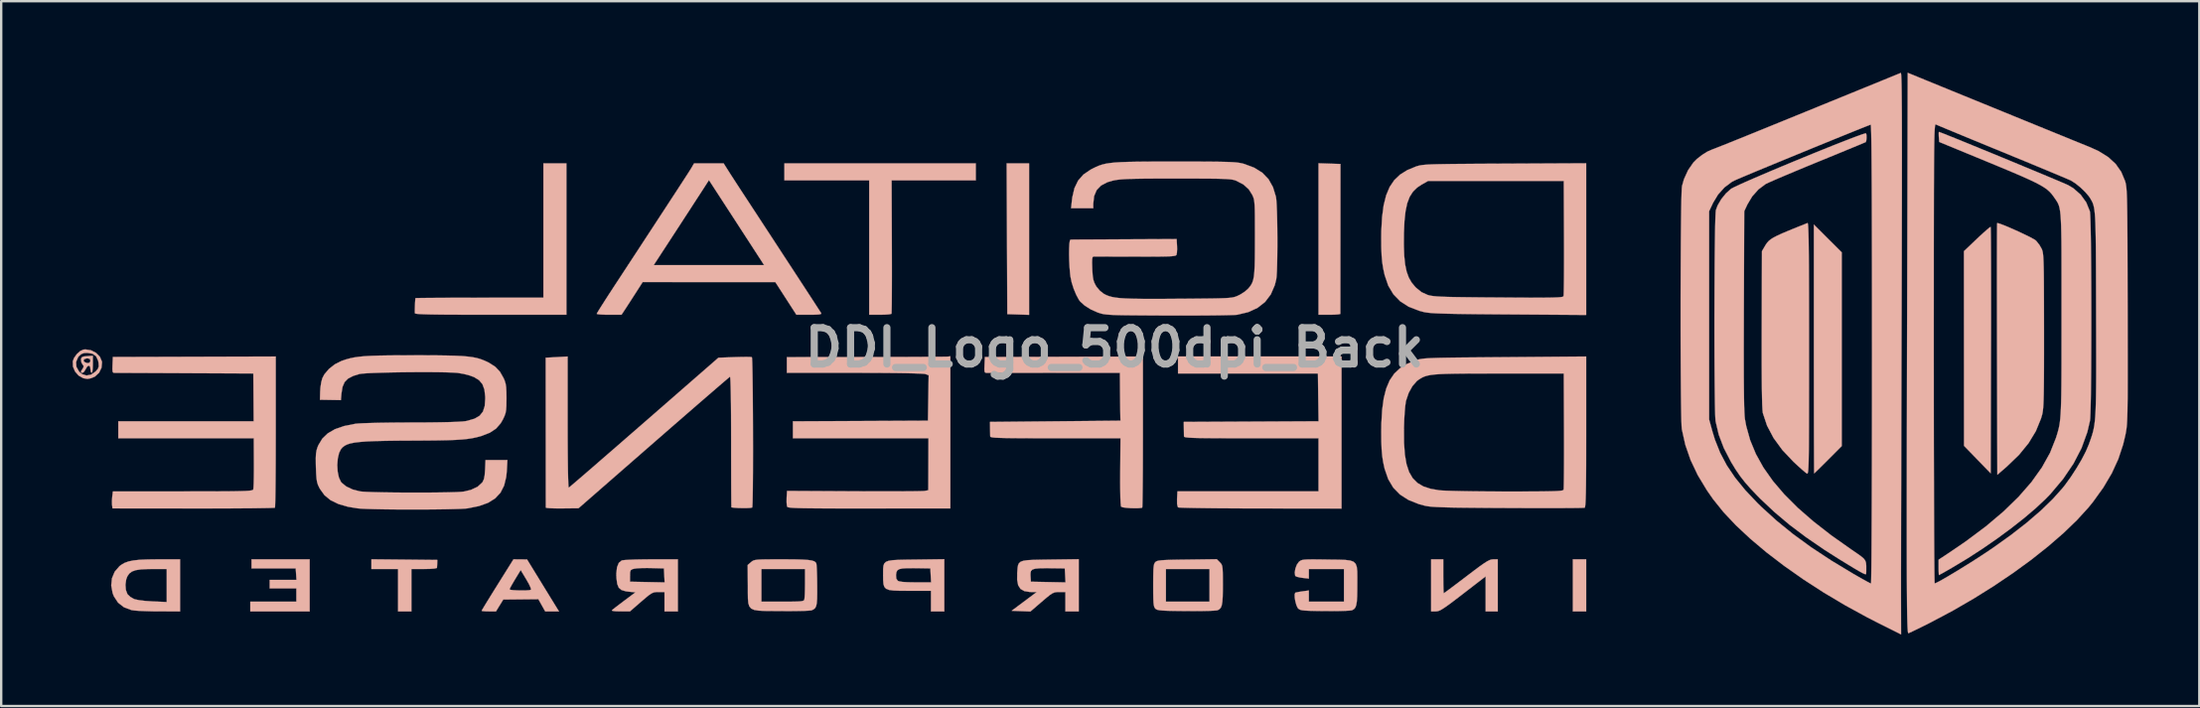
<source format=kicad_pcb>
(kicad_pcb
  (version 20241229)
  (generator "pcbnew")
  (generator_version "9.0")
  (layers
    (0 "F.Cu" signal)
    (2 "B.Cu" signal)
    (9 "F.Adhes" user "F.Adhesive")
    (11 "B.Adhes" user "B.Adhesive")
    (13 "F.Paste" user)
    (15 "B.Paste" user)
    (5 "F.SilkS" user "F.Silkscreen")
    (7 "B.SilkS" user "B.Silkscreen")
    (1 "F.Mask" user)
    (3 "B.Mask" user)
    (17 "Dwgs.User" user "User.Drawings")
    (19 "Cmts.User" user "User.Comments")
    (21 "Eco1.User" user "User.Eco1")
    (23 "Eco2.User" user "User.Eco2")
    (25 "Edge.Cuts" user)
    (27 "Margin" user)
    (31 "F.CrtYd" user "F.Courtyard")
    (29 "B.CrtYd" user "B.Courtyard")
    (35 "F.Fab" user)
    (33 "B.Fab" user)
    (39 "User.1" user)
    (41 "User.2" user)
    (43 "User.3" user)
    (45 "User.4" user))
  (footprint "DDI_Logo_500dpi_Back"
    (layer "F.Cu")
    (at 43.694 11.532)
    (property "Reference" "DDI_Logo_500dpi_Back" (at 0 0 0) (layer "F.Fab") (effects (font (size 1.524 1.524) (thickness 0.3))))
    (attr through_hole)
    (fp_poly (pts (xy -4.493 -1.403) (xy -3.58 -1.373) (xy -3.58 -7.727) (xy -4.52 -7.727) (xy -4.493 -1.403)) (stroke (width 0.01) (type solid)) (fill yes) (layer "B.SilkS"))
    (fp_poly (pts (xy 19.229 11.069) (xy 19.788 11.069) (xy 19.788 8.884) (xy 19.229 8.884) (xy 19.229 11.069)) (stroke (width 0.01) (type solid)) (fill yes) (layer "B.SilkS"))
    (fp_poly (pts (xy -36.194 9.265) (xy -34.34 9.265) (xy -34.324 9.507) (xy -34.309 9.748) (xy -35.432 9.748) (xy -35.432 10.104) (xy -34.314 10.104) (xy -34.314 10.662) (xy -36.245 10.662) (xy -36.245 11.069) (xy -33.755 11.069) (xy -33.755 8.884) (xy -36.194 8.884) (xy -36.194 9.265)) (stroke (width 0.01) (type solid)) (fill yes) (layer "B.SilkS"))
    (fp_poly (pts (xy -31.165 9.291) (xy -30.047 9.291) (xy -30.047 11.069) (xy -29.488 11.069) (xy -29.488 9.291) (xy -28.955 9.291) (xy -28.713 9.286) (xy -28.534 9.273) (xy -28.433 9.253) (xy -28.416 9.24) (xy -28.411 9.154) (xy -28.406 9.05) (xy -28.401 8.91) (xy -29.783 8.896) (xy -31.165 8.883) (xy -31.165 9.291)) (stroke (width 0.01) (type solid)) (fill yes) (layer "B.SilkS"))
    (fp_poly (pts (xy 8.561 -1.377) (xy 9.018 -1.377) (xy 9.22 -1.381) (xy 9.376 -1.392) (xy 9.464 -1.407) (xy 9.476 -1.415) (xy 9.476 -1.472) (xy 9.476 -1.621) (xy 9.476 -1.854) (xy 9.477 -2.162) (xy 9.477 -2.536) (xy 9.478 -2.968) (xy 9.478 -3.449) (xy 9.478 -3.97) (xy 9.479 -4.521) (xy 9.479 -4.578) (xy 9.481 -7.702) (xy 9.021 -7.716) (xy 8.561 -7.731) (xy 8.561 -1.377)) (stroke (width 0.01) (type solid)) (fill yes) (layer "B.SilkS"))
    (fp_poly (pts (xy -13.842 -7.016) (xy -10.286 -7.016) (xy -10.286 -1.377) (xy -9.832 -1.377) (xy -9.627 -1.382) (xy -9.464 -1.393) (xy -9.367 -1.411) (xy -9.351 -1.419) (xy -9.347 -1.477) (xy -9.343 -1.626) (xy -9.339 -1.859) (xy -9.337 -2.165) (xy -9.335 -2.534) (xy -9.334 -2.959) (xy -9.334 -3.429) (xy -9.335 -3.935) (xy -9.336 -4.239) (xy -9.346 -7.016) (xy -5.815 -7.016) (xy -5.815 -7.727) (xy -13.842 -7.727) (xy -13.842 -7.016)) (stroke (width 0.01) (type solid)) (fill yes) (layer "B.SilkS"))
    (fp_poly (pts (xy 29.338 0.059) (xy 29.338 0.778) (xy 29.339 1.467) (xy 29.339 2.121) (xy 29.34 2.731) (xy 29.341 3.293) (xy 29.342 3.798) (xy 29.344 4.24) (xy 29.345 4.613) (xy 29.347 4.91) (xy 29.348 5.124) (xy 29.35 5.247) (xy 29.352 5.278) (xy 29.39 5.244) (xy 29.488 5.149) (xy 29.632 5.008) (xy 29.811 4.83) (xy 29.936 4.705) (xy 30.507 4.133) (xy 30.507 -3.995) (xy 29.922 -4.578) (xy 29.338 -5.16) (xy 29.338 0.059)) (stroke (width 0.01) (type solid)) (fill yes) (layer "B.SilkS"))
    (fp_poly (pts (xy 36.707 -5.036) (xy 36.602 -4.95) (xy 36.452 -4.817) (xy 36.269 -4.649) (xy 36.177 -4.562) (xy 35.632 -4.044) (xy 35.634 0.039) (xy 35.636 4.122) (xy 36.195 4.699) (xy 36.754 5.276) (xy 36.767 0.116) (xy 36.769 -0.599) (xy 36.77 -1.285) (xy 36.77 -1.936) (xy 36.77 -2.543) (xy 36.769 -3.102) (xy 36.768 -3.604) (xy 36.766 -4.043) (xy 36.764 -4.413) (xy 36.761 -4.706) (xy 36.758 -4.916) (xy 36.754 -5.036) (xy 36.751 -5.062) (xy 36.707 -5.036)) (stroke (width 0.01) (type solid)) (fill yes) (layer "B.SilkS"))
    (fp_poly (pts (xy -23.951 -2.093) (xy -26.626 -2.091) (xy -27.137 -2.09) (xy -27.617 -2.089) (xy -28.056 -2.088) (xy -28.444 -2.086) (xy -28.773 -2.084) (xy -29.032 -2.081) (xy -29.212 -2.079) (xy -29.305 -2.076) (xy -29.315 -2.075) (xy -29.324 -2.022) (xy -29.333 -1.901) (xy -29.34 -1.746) (xy -29.344 -1.593) (xy -29.344 -1.473) (xy -29.342 -1.441) (xy -29.321 -1.427) (xy -29.257 -1.416) (xy -29.143 -1.406) (xy -28.973 -1.398) (xy -28.742 -1.391) (xy -28.442 -1.386) (xy -28.068 -1.382) (xy -27.613 -1.38) (xy -27.072 -1.378) (xy -26.438 -1.377) (xy -26.161 -1.377) (xy -22.986 -1.377) (xy -22.986 -7.727) (xy -23.951 -7.727) (xy -23.951 -2.093)) (stroke (width 0.01) (type solid)) (fill yes) (layer "B.SilkS"))
    (fp_poly (pts (xy 13.285 11.069) (xy 13.476 11.069) (xy 13.546 11.063) (xy 13.623 11.039) (xy 13.72 10.991) (xy 13.847 10.91) (xy 14.017 10.791) (xy 14.24 10.624) (xy 14.529 10.404) (xy 14.619 10.334) (xy 15.571 9.6) (xy 15.571 11.069) (xy 16.079 11.069) (xy 16.079 8.884) (xy 15.889 8.884) (xy 15.818 8.891) (xy 15.739 8.915) (xy 15.64 8.965) (xy 15.51 9.047) (xy 15.335 9.169) (xy 15.106 9.339) (xy 14.811 9.563) (xy 14.768 9.596) (xy 14.502 9.798) (xy 14.264 9.978) (xy 14.065 10.127) (xy 13.917 10.236) (xy 13.831 10.297) (xy 13.815 10.307) (xy 13.807 10.259) (xy 13.801 10.128) (xy 13.796 9.931) (xy 13.794 9.688) (xy 13.793 9.596) (xy 13.793 8.884) (xy 13.285 8.884) (xy 13.285 11.069)) (stroke (width 0.01) (type solid)) (fill yes) (layer "B.SilkS"))
    (fp_poly (pts (xy -43.09 0.36) (xy -43.239 0.376) (xy -43.315 0.41) (xy -43.345 0.475) (xy -43.348 0.494) (xy -43.329 0.626) (xy -43.285 0.701) (xy -43.233 0.779) (xy -43.255 0.854) (xy -43.279 0.887) (xy -43.346 0.997) (xy -43.335 1.052) (xy -43.287 1.061) (xy -43.221 1.019) (xy -43.156 0.916) (xy -43.153 0.909) (xy -43.09 0.804) (xy -43.024 0.757) (xy -43.02 0.756) (xy -42.966 0.802) (xy -42.95 0.909) (xy -42.935 1.016) (xy -42.9 1.061) (xy -42.899 1.061) (xy -42.873 1.014) (xy -42.855 0.888) (xy -42.849 0.705) (xy -42.849 0.553) (xy -42.95 0.553) (xy -42.988 0.634) (xy -43.083 0.653) (xy -43.198 0.609) (xy -43.243 0.545) (xy -43.206 0.486) (xy -43.104 0.453) (xy -43.074 0.452) (xy -42.976 0.477) (xy -42.95 0.553) (xy -42.849 0.553) (xy -42.849 0.344) (xy -43.09 0.36)) (stroke (width 0.01) (type solid)) (fill yes) (layer "B.SilkS"))
    (fp_poly (pts (xy -25.874 9.951) (xy -26.058 10.246) (xy -26.222 10.511) (xy -26.36 10.735) (xy -26.464 10.907) (xy -26.526 11.013) (xy -26.542 11.044) (xy -26.496 11.057) (xy -26.376 11.066) (xy -26.241 11.069) (xy -25.941 11.069) (xy -25.788 10.82) (xy -25.634 10.571) (xy -24.162 10.557) (xy -24.019 10.813) (xy -23.875 11.069) (xy -23.298 11.069) (xy -23.862 10.152) (xy -24.47 10.152) (xy -24.476 10.163) (xy -24.548 10.179) (xy -24.685 10.188) (xy -24.859 10.19) (xy -25.043 10.187) (xy -25.208 10.178) (xy -25.328 10.164) (xy -25.373 10.145) (xy -25.349 10.088) (xy -25.282 9.965) (xy -25.187 9.801) (xy -25.139 9.721) (xy -24.904 9.335) (xy -24.665 9.732) (xy -24.556 9.924) (xy -24.489 10.069) (xy -24.47 10.152) (xy -23.862 10.152) (xy -24.637 8.889) (xy -24.922 8.887) (xy -25.207 8.884) (xy -25.874 9.951)) (stroke (width 0.01) (type solid)) (fill yes) (layer "B.SilkS"))
    (fp_poly (pts (xy -43.242 0.085) (xy -43.381 0.148) (xy -43.522 0.275) (xy -43.636 0.433) (xy -43.689 0.572) (xy -43.684 0.796) (xy -43.596 1.004) (xy -43.446 1.175) (xy -43.251 1.285) (xy -43.077 1.315) (xy -42.93 1.288) (xy -42.773 1.222) (xy -42.757 1.212) (xy -42.589 1.056) (xy -42.487 0.848) (xy -42.481 0.79) (xy -42.602 0.79) (xy -42.638 0.894) (xy -42.737 1.008) (xy -42.922 1.136) (xy -43.117 1.172) (xy -43.302 1.115) (xy -43.428 1.007) (xy -43.539 0.809) (xy -43.553 0.604) (xy -43.47 0.408) (xy -43.437 0.366) (xy -43.335 0.272) (xy -43.217 0.23) (xy -43.083 0.223) (xy -42.864 0.258) (xy -42.714 0.365) (xy -42.627 0.551) (xy -42.61 0.645) (xy -42.602 0.79) (xy -42.481 0.79) (xy -42.465 0.621) (xy -42.471 0.581) (xy -42.556 0.382) (xy -42.715 0.222) (xy -42.923 0.115) (xy -43.156 0.078) (xy -43.242 0.085)) (stroke (width 0.01) (type solid)) (fill yes) (layer "B.SilkS"))
    (fp_poly (pts (xy 2.668 0.731) (xy 2.668 1.087) (xy 8.536 1.087) (xy 8.549 2.089) (xy 8.563 3.092) (xy 2.909 3.119) (xy 2.912 3.385) (xy 2.915 3.553) (xy 2.917 3.685) (xy 2.919 3.728) (xy 2.929 3.745) (xy 2.964 3.759) (xy 3.03 3.77) (xy 3.136 3.78) (xy 3.288 3.788) (xy 3.495 3.794) (xy 3.765 3.798) (xy 4.104 3.801) (xy 4.52 3.803) (xy 5.021 3.804) (xy 5.615 3.804) (xy 5.742 3.804) (xy 8.561 3.804) (xy 8.561 6.035) (xy 2.643 6.034) (xy 2.627 6.35) (xy 2.628 6.56) (xy 2.654 6.678) (xy 2.677 6.706) (xy 2.738 6.712) (xy 2.892 6.719) (xy 3.13 6.725) (xy 3.444 6.731) (xy 3.826 6.736) (xy 4.266 6.741) (xy 4.757 6.744) (xy 5.29 6.747) (xy 5.857 6.749) (xy 6.134 6.749) (xy 9.526 6.753) (xy 9.526 3.564) (xy 9.526 0.375) (xy 2.668 0.375) (xy 2.668 0.731)) (stroke (width 0.01) (type solid)) (fill yes) (layer "B.SilkS"))
    (fp_poly (pts (xy -8.328 8.894) (xy -8.737 8.899) (xy -9.056 8.906) (xy -9.296 8.92) (xy -9.468 8.946) (xy -9.583 8.99) (xy -9.653 9.058) (xy -9.688 9.153) (xy -9.701 9.283) (xy -9.702 9.452) (xy -9.702 9.551) (xy -9.7 9.764) (xy -9.687 9.924) (xy -9.65 10.04) (xy -9.577 10.119) (xy -9.454 10.168) (xy -9.271 10.193) (xy -9.014 10.203) (xy -8.67 10.205) (xy -8.578 10.205) (xy -7.695 10.205) (xy -7.695 11.069) (xy -7.136 11.069) (xy -7.136 9.85) (xy -7.69 9.85) (xy -8.343 9.85) (xy -8.665 9.845) (xy -8.894 9.831) (xy -9.036 9.806) (xy -9.086 9.784) (xy -9.149 9.697) (xy -9.161 9.551) (xy -9.159 9.521) (xy -9.142 9.418) (xy -9.102 9.345) (xy -9.024 9.296) (xy -8.893 9.268) (xy -8.695 9.256) (xy -8.415 9.255) (xy -8.289 9.256) (xy -7.72 9.265) (xy -7.705 9.557) (xy -7.69 9.85) (xy -7.136 9.85) (xy -7.136 8.879) (xy -8.328 8.894)) (stroke (width 0.01) (type solid)) (fill yes) (layer "B.SilkS"))
    (fp_poly (pts (xy -40.544 8.889) (xy -40.88 8.903) (xy -41.145 8.931) (xy -41.354 8.974) (xy -41.521 9.035) (xy -41.662 9.118) (xy -41.736 9.176) (xy -41.933 9.404) (xy -42.048 9.679) (xy -42.078 9.983) (xy -42.02 10.3) (xy -41.963 10.443) (xy -41.789 10.706) (xy -41.545 10.895) (xy -41.23 11.013) (xy -41.223 11.014) (xy -41.097 11.032) (xy -40.891 11.047) (xy -40.627 11.058) (xy -40.328 11.066) (xy -40.093 11.068) (xy -39.191 11.069) (xy -39.191 9.291) (xy -39.75 9.291) (xy -39.75 10.676) (xy -40.347 10.65) (xy -40.653 10.629) (xy -40.906 10.599) (xy -41.087 10.561) (xy -41.131 10.545) (xy -41.276 10.461) (xy -41.39 10.354) (xy -41.401 10.339) (xy -41.465 10.167) (xy -41.482 9.949) (xy -41.451 9.728) (xy -41.402 9.597) (xy -41.321 9.48) (xy -41.209 9.396) (xy -41.05 9.339) (xy -40.828 9.306) (xy -40.528 9.292) (xy -40.361 9.291) (xy -39.75 9.291) (xy -39.191 9.291) (xy -39.191 8.884) (xy -40.122 8.884) (xy -40.544 8.889)) (stroke (width 0.01) (type solid)) (fill yes) (layer "B.SilkS"))
    (fp_poly (pts (xy -2.689 8.894) (xy -3.094 8.9) (xy -3.409 8.907) (xy -3.645 8.92) (xy -3.815 8.944) (xy -3.93 8.984) (xy -4.001 9.043) (xy -4.041 9.127) (xy -4.061 9.239) (xy -4.072 9.385) (xy -4.076 9.432) (xy -4.08 9.743) (xy -4.037 9.972) (xy -3.939 10.126) (xy -3.779 10.217) (xy -3.549 10.254) (xy -3.462 10.256) (xy -3.257 10.256) (xy -4.311 11.043) (xy -3.918 11.058) (xy -3.524 11.073) (xy -3.049 10.665) (xy -2.849 10.494) (xy -2.704 10.378) (xy -2.597 10.308) (xy -2.506 10.272) (xy -2.412 10.258) (xy -2.315 10.256) (xy -2.056 10.256) (xy -2.056 11.069) (xy -1.497 11.069) (xy -1.497 9.852) (xy -2.051 9.852) (xy -2.778 9.838) (xy -3.504 9.824) (xy -3.519 9.583) (xy -3.521 9.46) (xy -3.499 9.372) (xy -3.439 9.313) (xy -3.328 9.278) (xy -3.151 9.261) (xy -2.895 9.257) (xy -2.69 9.258) (xy -2.082 9.265) (xy -2.066 9.559) (xy -2.051 9.852) (xy -1.497 9.852) (xy -1.497 8.879) (xy -2.689 8.894)) (stroke (width 0.01) (type solid)) (fill yes) (layer "B.SilkS"))
    (fp_poly (pts (xy -19.76 8.887) (xy -20.066 8.892) (xy -20.326 8.902) (xy -20.525 8.913) (xy -20.645 8.927) (xy -20.666 8.932) (xy -20.787 9.031) (xy -20.863 9.216) (xy -20.892 9.479) (xy -20.886 9.679) (xy -20.854 9.919) (xy -20.789 10.077) (xy -20.674 10.173) (xy -20.492 10.226) (xy -20.379 10.24) (xy -20.091 10.27) (xy -20.561 10.621) (xy -20.751 10.765) (xy -20.914 10.889) (xy -21.029 10.98) (xy -21.078 11.021) (xy -21.058 11.046) (xy -20.945 11.062) (xy -20.747 11.068) (xy -20.723 11.068) (xy -20.319 11.067) (xy -19.852 10.661) (xy -19.653 10.491) (xy -19.511 10.376) (xy -19.404 10.307) (xy -19.314 10.271) (xy -19.22 10.258) (xy -19.128 10.256) (xy -18.871 10.256) (xy -18.871 11.069) (xy -18.312 11.069) (xy -18.312 9.852) (xy -18.866 9.852) (xy -19.592 9.838) (xy -20.319 9.824) (xy -20.319 9.573) (xy -20.314 9.423) (xy -20.289 9.342) (xy -20.226 9.301) (xy -20.153 9.28) (xy -20.032 9.263) (xy -19.841 9.252) (xy -19.608 9.249) (xy -19.442 9.251) (xy -18.896 9.265) (xy -18.881 9.559) (xy -18.866 9.852) (xy -18.312 9.852) (xy -18.312 8.884) (xy -19.426 8.884) (xy -19.76 8.887)) (stroke (width 0.01) (type solid)) (fill yes) (layer "B.SilkS"))
    (fp_poly (pts (xy 37.026 -5.221) (xy 37.024 -5.169) (xy 37.022 -5.022) (xy 37.02 -4.787) (xy 37.019 -4.47) (xy 37.018 -4.079) (xy 37.017 -3.619) (xy 37.017 -3.098) (xy 37.017 -2.523) (xy 37.018 -1.899) (xy 37.019 -1.235) (xy 37.02 -0.535) (xy 37.021 0.067) (xy 37.034 5.337) (xy 37.441 4.984) (xy 37.94 4.504) (xy 38.342 4.012) (xy 38.649 3.506) (xy 38.865 2.979) (xy 38.914 2.811) (xy 38.93 2.737) (xy 38.944 2.645) (xy 38.956 2.526) (xy 38.966 2.374) (xy 38.974 2.179) (xy 38.98 1.934) (xy 38.984 1.632) (xy 38.988 1.264) (xy 38.99 0.823) (xy 38.991 0.3) (xy 38.991 -0.312) (xy 38.991 -0.712) (xy 38.99 -1.366) (xy 38.989 -1.927) (xy 38.987 -2.401) (xy 38.985 -2.798) (xy 38.982 -3.124) (xy 38.977 -3.388) (xy 38.971 -3.597) (xy 38.963 -3.76) (xy 38.954 -3.884) (xy 38.942 -3.976) (xy 38.928 -4.046) (xy 38.911 -4.1) (xy 38.894 -4.141) (xy 38.797 -4.31) (xy 38.675 -4.464) (xy 38.649 -4.491) (xy 38.568 -4.545) (xy 38.42 -4.626) (xy 38.223 -4.724) (xy 37.997 -4.831) (xy 37.758 -4.94) (xy 37.526 -5.042) (xy 37.318 -5.128) (xy 37.154 -5.191) (xy 37.051 -5.221) (xy 37.026 -5.221)) (stroke (width 0.01) (type solid)) (fill yes) (layer "B.SilkS"))
    (fp_poly (pts (xy 3.051 8.895) (xy 2.659 8.9) (xy 2.357 8.906) (xy 2.13 8.914) (xy 1.968 8.925) (xy 1.857 8.939) (xy 1.784 8.958) (xy 1.738 8.983) (xy 1.717 9.001) (xy 1.684 9.044) (xy 1.66 9.108) (xy 1.644 9.208) (xy 1.634 9.359) (xy 1.629 9.577) (xy 1.627 9.876) (xy 1.627 9.977) (xy 1.628 10.302) (xy 1.632 10.541) (xy 1.64 10.709) (xy 1.655 10.822) (xy 1.677 10.894) (xy 1.707 10.942) (xy 1.717 10.953) (xy 1.755 10.982) (xy 1.811 11.004) (xy 1.899 11.021) (xy 2.03 11.033) (xy 2.219 11.042) (xy 2.478 11.048) (xy 2.819 11.052) (xy 3.013 11.054) (xy 3.358 11.055) (xy 3.675 11.053) (xy 3.946 11.047) (xy 4.157 11.038) (xy 4.291 11.027) (xy 4.329 11.019) (xy 4.406 10.976) (xy 4.463 10.912) (xy 4.502 10.811) (xy 4.528 10.659) (xy 4.542 10.442) (xy 4.547 10.146) (xy 4.548 9.952) (xy 4.547 9.647) (xy 4.544 9.426) (xy 4.537 9.291) (xy 3.989 9.291) (xy 3.989 10.662) (xy 2.16 10.662) (xy 2.16 9.291) (xy 3.989 9.291) (xy 4.537 9.291) (xy 4.536 9.272) (xy 4.521 9.17) (xy 4.497 9.101) (xy 4.461 9.049) (xy 4.421 9.007) (xy 4.293 8.879) (xy 3.051 8.895)) (stroke (width 0.01) (type solid)) (fill yes) (layer "B.SilkS"))
    (fp_poly (pts (xy -6.997 0.38) (xy -7.066 0.382) (xy -7.228 0.384) (xy -7.475 0.386) (xy -7.796 0.388) (xy -8.184 0.39) (xy -8.629 0.392) (xy -9.123 0.394) (xy -9.657 0.395) (xy -10.222 0.396) (xy -10.425 0.397) (xy -13.74 0.401) (xy -13.74 1.061) (xy -10.899 1.061) (xy -10.256 1.062) (xy -9.68 1.065) (xy -9.176 1.069) (xy -8.75 1.075) (xy -8.407 1.083) (xy -8.151 1.092) (xy -7.987 1.102) (xy -7.924 1.112) (xy -7.791 1.163) (xy -7.806 2.115) (xy -7.822 3.068) (xy -10.654 3.081) (xy -13.486 3.094) (xy -13.486 3.804) (xy -7.799 3.804) (xy -7.803 4.895) (xy -7.807 5.986) (xy -7.967 6.015) (xy -8.047 6.02) (xy -8.218 6.024) (xy -8.472 6.028) (xy -8.797 6.03) (xy -9.185 6.032) (xy -9.625 6.032) (xy -10.107 6.032) (xy -10.622 6.03) (xy -10.93 6.029) (xy -13.732 6.014) (xy -13.749 6.31) (xy -13.751 6.484) (xy -13.74 6.622) (xy -13.725 6.679) (xy -13.705 6.694) (xy -13.658 6.706) (xy -13.578 6.717) (xy -13.457 6.726) (xy -13.289 6.733) (xy -13.066 6.739) (xy -12.783 6.743) (xy -12.431 6.746) (xy -12.005 6.749) (xy -11.497 6.75) (xy -10.9 6.75) (xy -10.283 6.75) (xy -6.882 6.748) (xy -6.882 0.367) (xy -6.997 0.38)) (stroke (width 0.01) (type solid)) (fill yes) (layer "B.SilkS"))
    (fp_poly (pts (xy 28.64 -5.052) (xy 28.292 -4.91) (xy 28.018 -4.795) (xy 27.806 -4.698) (xy 27.646 -4.616) (xy 27.528 -4.541) (xy 27.44 -4.468) (xy 27.372 -4.391) (xy 27.313 -4.305) (xy 27.279 -4.247) (xy 27.16 -4.044) (xy 27.151 -0.768) (xy 27.15 0.002) (xy 27.15 0.673) (xy 27.153 1.246) (xy 27.157 1.725) (xy 27.164 2.11) (xy 27.172 2.405) (xy 27.183 2.612) (xy 27.195 2.732) (xy 27.198 2.747) (xy 27.374 3.275) (xy 27.648 3.794) (xy 28.019 4.301) (xy 28.483 4.792) (xy 28.486 4.794) (xy 28.672 4.967) (xy 28.838 5.116) (xy 28.967 5.226) (xy 29.042 5.282) (xy 29.044 5.283) (xy 29.059 5.288) (xy 29.072 5.281) (xy 29.083 5.257) (xy 29.093 5.21) (xy 29.102 5.135) (xy 29.109 5.026) (xy 29.115 4.878) (xy 29.12 4.684) (xy 29.124 4.438) (xy 29.128 4.136) (xy 29.13 3.772) (xy 29.132 3.34) (xy 29.133 2.833) (xy 29.134 2.248) (xy 29.135 1.577) (xy 29.135 0.816) (xy 29.135 0.042) (xy 29.135 -0.837) (xy 29.134 -1.618) (xy 29.133 -2.308) (xy 29.131 -2.91) (xy 29.129 -3.43) (xy 29.125 -3.873) (xy 29.121 -4.244) (xy 29.117 -4.547) (xy 29.111 -4.788) (xy 29.104 -4.97) (xy 29.097 -5.1) (xy 29.088 -5.181) (xy 29.078 -5.219) (xy 29.072 -5.224) (xy 28.64 -5.052)) (stroke (width 0.01) (type solid)) (fill yes) (layer "B.SilkS"))
    (fp_poly (pts (xy 8.11 8.89) (xy 7.973 8.897) (xy 7.881 8.911) (xy 7.818 8.933) (xy 7.77 8.963) (xy 7.732 8.996) (xy 7.65 9.113) (xy 7.59 9.275) (xy 7.564 9.439) (xy 7.581 9.567) (xy 7.59 9.584) (xy 7.655 9.616) (xy 7.786 9.647) (xy 7.888 9.662) (xy 8.155 9.692) (xy 8.155 9.291) (xy 9.628 9.291) (xy 9.628 10.662) (xy 8.155 10.662) (xy 8.155 10.192) (xy 7.891 10.227) (xy 7.734 10.252) (xy 7.619 10.276) (xy 7.586 10.287) (xy 7.56 10.356) (xy 7.563 10.486) (xy 7.589 10.645) (xy 7.631 10.799) (xy 7.684 10.916) (xy 7.704 10.942) (xy 7.744 10.976) (xy 7.797 11.002) (xy 7.877 11.021) (xy 8 11.034) (xy 8.178 11.043) (xy 8.427 11.049) (xy 8.761 11.054) (xy 8.829 11.054) (xy 9.149 11.055) (xy 9.439 11.052) (xy 9.682 11.045) (xy 9.862 11.035) (xy 9.96 11.022) (xy 9.967 11.019) (xy 10.045 10.976) (xy 10.102 10.911) (xy 10.141 10.809) (xy 10.167 10.656) (xy 10.181 10.438) (xy 10.186 10.14) (xy 10.187 9.96) (xy 10.188 9.636) (xy 10.185 9.386) (xy 10.165 9.201) (xy 10.117 9.071) (xy 10.029 8.985) (xy 9.889 8.935) (xy 9.687 8.91) (xy 9.409 8.9) (xy 9.046 8.896) (xy 8.927 8.894) (xy 8.572 8.889) (xy 8.305 8.887) (xy 8.11 8.89)) (stroke (width 0.01) (type solid)) (fill yes) (layer "B.SilkS"))
    (fp_poly (pts (xy -14.317 8.885) (xy -14.602 8.886) (xy -14.812 8.891) (xy -14.963 8.899) (xy -15.067 8.913) (xy -15.138 8.932) (xy -15.19 8.96) (xy -15.237 8.997) (xy -15.245 9.004) (xy -15.383 9.123) (xy -15.376 9.978) (xy -15.376 10.294) (xy -15.372 10.54) (xy -15.355 10.726) (xy -15.312 10.86) (xy -15.233 10.951) (xy -15.107 11.007) (xy -14.922 11.037) (xy -14.667 11.049) (xy -14.331 11.052) (xy -13.98 11.054) (xy -13.639 11.056) (xy -13.327 11.053) (xy -13.061 11.048) (xy -12.856 11.039) (xy -12.728 11.029) (xy -12.697 11.022) (xy -12.614 10.981) (xy -12.553 10.928) (xy -12.511 10.847) (xy -12.485 10.724) (xy -12.471 10.544) (xy -12.467 10.291) (xy -12.468 9.979) (xy -12.471 9.692) (xy -12.478 9.437) (xy -12.484 9.291) (xy -12.978 9.291) (xy -12.978 9.896) (xy -12.981 10.14) (xy -12.987 10.352) (xy -12.997 10.507) (xy -13.009 10.582) (xy -13.033 10.612) (xy -13.087 10.633) (xy -13.185 10.648) (xy -13.342 10.656) (xy -13.572 10.661) (xy -13.887 10.662) (xy -13.923 10.662) (xy -14.807 10.662) (xy -14.807 9.291) (xy -12.978 9.291) (xy -12.484 9.291) (xy -12.487 9.234) (xy -12.497 9.1) (xy -12.504 9.058) (xy -12.537 9.005) (xy -12.598 8.964) (xy -12.699 8.933) (xy -12.85 8.911) (xy -13.064 8.897) (xy -13.351 8.888) (xy -13.722 8.885) (xy -13.944 8.884) (xy -14.317 8.885)) (stroke (width 0.01) (type solid)) (fill yes) (layer "B.SilkS"))
    (fp_poly (pts (xy -5.434 0.397) (xy -5.449 0.729) (xy -5.455 0.907) (xy -5.448 1.007) (xy -5.42 1.051) (xy -5.364 1.062) (xy -5.348 1.062) (xy -5.276 1.062) (xy -5.112 1.062) (xy -4.867 1.062) (xy -4.549 1.062) (xy -4.169 1.062) (xy -3.736 1.062) (xy -3.261 1.062) (xy -2.752 1.061) (xy -2.501 1.061) (xy 0.23 1.06) (xy 0.237 1.937) (xy 0.24 2.234) (xy 0.243 2.504) (xy 0.246 2.726) (xy 0.249 2.881) (xy 0.25 2.941) (xy 0.255 3.068) (xy -5.219 3.119) (xy -5.216 3.385) (xy -5.213 3.553) (xy -5.211 3.685) (xy -5.209 3.728) (xy -5.199 3.745) (xy -5.164 3.759) (xy -5.097 3.771) (xy -4.991 3.781) (xy -4.836 3.788) (xy -4.627 3.794) (xy -4.355 3.798) (xy -4.012 3.801) (xy -3.59 3.803) (xy -3.083 3.804) (xy -2.482 3.804) (xy -2.475 3.804) (xy 0.255 3.804) (xy 0.244 5.211) (xy 0.242 5.634) (xy 0.245 5.997) (xy 0.25 6.293) (xy 0.26 6.51) (xy 0.272 6.641) (xy 0.282 6.676) (xy 0.35 6.702) (xy 0.49 6.722) (xy 0.669 6.736) (xy 0.857 6.741) (xy 1.023 6.738) (xy 1.137 6.725) (xy 1.166 6.713) (xy 1.171 6.658) (xy 1.176 6.51) (xy 1.18 6.279) (xy 1.184 5.972) (xy 1.188 5.598) (xy 1.191 5.166) (xy 1.193 4.686) (xy 1.194 4.165) (xy 1.195 3.612) (xy 1.195 3.529) (xy 1.195 0.375) (xy -5.434 0.397)) (stroke (width 0.01) (type solid)) (fill yes) (layer "B.SilkS"))
    (fp_poly (pts (xy -38.594 0.385) (xy -42.01 0.395) (xy -42.025 0.728) (xy -42.03 0.908) (xy -42.021 1.009) (xy -41.993 1.053) (xy -41.949 1.061) (xy -41.883 1.062) (xy -41.724 1.062) (xy -41.483 1.063) (xy -41.168 1.065) (xy -40.789 1.066) (xy -40.356 1.068) (xy -39.878 1.07) (xy -39.365 1.072) (xy -38.988 1.074) (xy -36.118 1.087) (xy -36.104 3.093) (xy -41.782 3.093) (xy -41.782 3.804) (xy -36.099 3.804) (xy -36.094 4.838) (xy -36.094 5.156) (xy -36.097 5.443) (xy -36.102 5.681) (xy -36.11 5.854) (xy -36.119 5.946) (xy -36.121 5.953) (xy -36.135 5.971) (xy -36.168 5.985) (xy -36.227 5.998) (xy -36.321 6.008) (xy -36.456 6.016) (xy -36.641 6.022) (xy -36.883 6.027) (xy -37.19 6.031) (xy -37.57 6.033) (xy -38.029 6.035) (xy -38.577 6.035) (xy -39.081 6.036) (xy -42.01 6.036) (xy -42.036 6.254) (xy -42.048 6.427) (xy -42.046 6.582) (xy -42.043 6.609) (xy -42.025 6.747) (xy -38.636 6.75) (xy -38.058 6.75) (xy -37.511 6.749) (xy -37.002 6.747) (xy -36.539 6.744) (xy -36.132 6.741) (xy -35.789 6.736) (xy -35.518 6.732) (xy -35.328 6.726) (xy -35.227 6.721) (xy -35.213 6.718) (xy -35.206 6.662) (xy -35.201 6.514) (xy -35.195 6.281) (xy -35.19 5.973) (xy -35.186 5.599) (xy -35.183 5.167) (xy -35.18 4.685) (xy -35.179 4.164) (xy -35.178 3.611) (xy -35.178 3.529) (xy -35.178 0.375) (xy -38.594 0.385)) (stroke (width 0.01) (type solid)) (fill yes) (layer "B.SilkS"))
    (fp_poly (pts (xy -17.731 -7.557) (xy -17.756 -7.515) (xy -17.798 -7.448) (xy -17.859 -7.352) (xy -17.943 -7.222) (xy -18.052 -7.053) (xy -18.189 -6.843) (xy -18.356 -6.585) (xy -18.558 -6.277) (xy -18.796 -5.912) (xy -19.073 -5.488) (xy -19.393 -4.999) (xy -19.758 -4.441) (xy -20.171 -3.81) (xy -20.635 -3.102) (xy -20.983 -2.571) (xy -21.179 -2.271) (xy -21.355 -1.998) (xy -21.504 -1.764) (xy -21.619 -1.582) (xy -21.691 -1.461) (xy -21.715 -1.415) (xy -21.668 -1.4) (xy -21.541 -1.387) (xy -21.354 -1.379) (xy -21.195 -1.378) (xy -20.674 -1.378) (xy -20.565 -1.543) (xy -20.494 -1.651) (xy -20.384 -1.821) (xy -20.25 -2.028) (xy -20.121 -2.228) (xy -19.787 -2.749) (xy -17.005 -2.748) (xy -14.223 -2.747) (xy -13.781 -2.062) (xy -13.339 -1.377) (xy -12.8 -1.377) (xy -12.553 -1.38) (xy -12.395 -1.389) (xy -12.314 -1.406) (xy -12.295 -1.433) (xy -12.299 -1.441) (xy -12.338 -1.504) (xy -12.423 -1.635) (xy -12.542 -1.819) (xy -12.685 -2.039) (xy -12.767 -2.165) (xy -13.129 -2.72) (xy -13.501 -3.29) (xy -13.612 -3.46) (xy -14.694 -3.46) (xy -19.324 -3.46) (xy -18.505 -4.717) (xy -18.276 -5.068) (xy -18.047 -5.421) (xy -17.828 -5.757) (xy -17.632 -6.06) (xy -17.468 -6.312) (xy -17.348 -6.497) (xy -17.346 -6.5) (xy -17.007 -7.025) (xy -15.923 -5.357) (xy -15.681 -4.983) (xy -15.454 -4.634) (xy -15.248 -4.317) (xy -15.071 -4.043) (xy -14.928 -3.823) (xy -14.826 -3.666) (xy -14.772 -3.582) (xy -14.767 -3.574) (xy -14.694 -3.46) (xy -13.612 -3.46) (xy -13.873 -3.859) (xy -14.236 -4.415) (xy -14.58 -4.941) (xy -14.897 -5.425) (xy -15.176 -5.852) (xy -15.406 -6.203) (xy -15.597 -6.494) (xy -15.782 -6.778) (xy -15.95 -7.036) (xy -16.088 -7.249) (xy -16.183 -7.399) (xy -16.19 -7.41) (xy -16.391 -7.727) (xy -17.632 -7.727) (xy -17.731 -7.557)) (stroke (width 0.01) (type solid)) (fill yes) (layer "B.SilkS"))
    (fp_poly (pts (xy -23.395 0.401) (xy -23.855 0.426) (xy -23.853 3.55) (xy -23.852 4.105) (xy -23.852 4.629) (xy -23.852 5.114) (xy -23.851 5.552) (xy -23.851 5.933) (xy -23.851 6.248) (xy -23.85 6.489) (xy -23.85 6.647) (xy -23.85 6.714) (xy -23.85 6.715) (xy -23.802 6.729) (xy -23.671 6.74) (xy -23.476 6.747) (xy -23.234 6.748) (xy -23.164 6.748) (xy -22.478 6.741) (xy -19.325 3.99) (xy -18.84 3.567) (xy -18.376 3.163) (xy -17.94 2.784) (xy -17.538 2.435) (xy -17.174 2.12) (xy -16.854 1.844) (xy -16.585 1.612) (xy -16.373 1.43) (xy -16.222 1.302) (xy -16.139 1.233) (xy -16.124 1.222) (xy -16.114 1.268) (xy -16.105 1.41) (xy -16.097 1.643) (xy -16.09 1.96) (xy -16.084 2.357) (xy -16.08 2.828) (xy -16.078 3.368) (xy -16.077 3.953) (xy -16.077 4.47) (xy -16.076 4.956) (xy -16.075 5.402) (xy -16.074 5.796) (xy -16.072 6.132) (xy -16.07 6.398) (xy -16.068 6.587) (xy -16.066 6.688) (xy -16.064 6.703) (xy -15.947 6.72) (xy -15.781 6.731) (xy -15.593 6.735) (xy -15.414 6.734) (xy -15.273 6.726) (xy -15.197 6.711) (xy -15.192 6.707) (xy -15.185 6.645) (xy -15.178 6.493) (xy -15.173 6.262) (xy -15.168 5.961) (xy -15.165 5.603) (xy -15.162 5.196) (xy -15.161 4.753) (xy -15.16 4.283) (xy -15.161 3.797) (xy -15.162 3.307) (xy -15.164 2.821) (xy -15.167 2.351) (xy -15.17 1.909) (xy -15.175 1.503) (xy -15.18 1.145) (xy -15.186 0.846) (xy -15.192 0.615) (xy -15.199 0.465) (xy -15.207 0.405) (xy -15.208 0.404) (xy -15.273 0.395) (xy -15.42 0.391) (xy -15.627 0.393) (xy -15.875 0.399) (xy -15.932 0.401) (xy -16.61 0.426) (xy -19.726 3.144) (xy -20.209 3.564) (xy -20.669 3.965) (xy -21.102 4.341) (xy -21.502 4.688) (xy -21.862 5.001) (xy -22.178 5.274) (xy -22.443 5.502) (xy -22.652 5.681) (xy -22.798 5.805) (xy -22.877 5.87) (xy -22.889 5.879) (xy -22.898 5.833) (xy -22.907 5.692) (xy -22.915 5.462) (xy -22.922 5.151) (xy -22.927 4.765) (xy -22.931 4.31) (xy -22.934 3.794) (xy -22.935 3.221) (xy -22.935 3.136) (xy -22.935 0.375) (xy -23.395 0.401)) (stroke (width 0.01) (type solid)) (fill yes) (layer "B.SilkS"))
    (fp_poly (pts (xy 16.372 -7.716) (xy 15.698 -7.713) (xy 15.119 -7.71) (xy 14.625 -7.706) (xy 14.21 -7.703) (xy 13.864 -7.698) (xy 13.582 -7.693) (xy 13.353 -7.687) (xy 13.172 -7.679) (xy 13.029 -7.669) (xy 12.917 -7.658) (xy 12.829 -7.644) (xy 12.756 -7.628) (xy 12.691 -7.609) (xy 12.638 -7.592) (xy 12.282 -7.444) (xy 11.983 -7.257) (xy 11.739 -7.025) (xy 11.545 -6.738) (xy 11.398 -6.388) (xy 11.293 -5.969) (xy 11.227 -5.472) (xy 11.195 -4.889) (xy 11.192 -4.601) (xy 11.195 -4.194) (xy 11.208 -3.863) (xy 11.233 -3.581) (xy 11.273 -3.324) (xy 11.33 -3.064) (xy 11.338 -3.032) (xy 11.487 -2.596) (xy 11.702 -2.235) (xy 11.987 -1.941) (xy 12.346 -1.712) (xy 12.786 -1.542) (xy 12.972 -1.493) (xy 13.056 -1.476) (xy 13.162 -1.462) (xy 13.297 -1.449) (xy 13.469 -1.438) (xy 13.687 -1.429) (xy 13.957 -1.421) (xy 14.288 -1.414) (xy 14.687 -1.408) (xy 15.163 -1.402) (xy 15.722 -1.397) (xy 16.374 -1.392) (xy 16.549 -1.391) (xy 19.788 -1.369) (xy 19.788 -3.674) (xy 18.859 -3.674) (xy 18.858 -3.26) (xy 18.856 -2.896) (xy 18.852 -2.594) (xy 18.848 -2.363) (xy 18.843 -2.213) (xy 18.838 -2.157) (xy 18.822 -2.14) (xy 18.782 -2.126) (xy 18.71 -2.115) (xy 18.598 -2.106) (xy 18.439 -2.1) (xy 18.225 -2.095) (xy 17.948 -2.093) (xy 17.6 -2.093) (xy 17.173 -2.094) (xy 16.66 -2.097) (xy 16.111 -2.101) (xy 15.51 -2.105) (xy 15.002 -2.11) (xy 14.578 -2.115) (xy 14.229 -2.12) (xy 13.946 -2.127) (xy 13.721 -2.135) (xy 13.544 -2.145) (xy 13.407 -2.157) (xy 13.3 -2.171) (xy 13.216 -2.187) (xy 13.144 -2.207) (xy 13.133 -2.211) (xy 12.885 -2.323) (xy 12.661 -2.502) (xy 12.619 -2.544) (xy 12.466 -2.728) (xy 12.346 -2.938) (xy 12.256 -3.187) (xy 12.193 -3.487) (xy 12.155 -3.851) (xy 12.139 -4.29) (xy 12.143 -4.806) (xy 12.165 -5.307) (xy 12.21 -5.72) (xy 12.281 -6.055) (xy 12.384 -6.325) (xy 12.522 -6.541) (xy 12.699 -6.714) (xy 12.879 -6.833) (xy 13.158 -6.991) (xy 18.848 -6.991) (xy 18.858 -4.612) (xy 18.859 -4.128) (xy 18.859 -3.674) (xy 19.788 -3.674) (xy 19.788 -7.732) (xy 16.372 -7.716)) (stroke (width 0.01) (type solid)) (fill yes) (layer "B.SilkS"))
    (fp_poly (pts (xy 31.476 -8.981) (xy 31.34 -8.937) (xy 31.131 -8.862) (xy 30.858 -8.758) (xy 30.531 -8.631) (xy 30.16 -8.485) (xy 29.755 -8.322) (xy 29.326 -8.149) (xy 28.883 -7.967) (xy 28.436 -7.783) (xy 27.994 -7.599) (xy 27.567 -7.42) (xy 27.166 -7.249) (xy 26.8 -7.092) (xy 26.48 -6.952) (xy 26.214 -6.832) (xy 26.013 -6.738) (xy 25.887 -6.673) (xy 25.858 -6.655) (xy 25.648 -6.466) (xy 25.454 -6.225) (xy 25.303 -5.968) (xy 25.229 -5.771) (xy 25.219 -5.681) (xy 25.21 -5.499) (xy 25.202 -5.233) (xy 25.194 -4.895) (xy 25.188 -4.492) (xy 25.182 -4.034) (xy 25.177 -3.531) (xy 25.174 -2.991) (xy 25.171 -2.425) (xy 25.169 -1.841) (xy 25.167 -1.25) (xy 25.167 -0.66) (xy 25.168 -0.08) (xy 25.17 0.479) (xy 25.173 1.01) (xy 25.177 1.501) (xy 25.182 1.944) (xy 25.187 2.33) (xy 25.194 2.649) (xy 25.202 2.892) (xy 25.212 3.049) (xy 25.217 3.095) (xy 25.349 3.655) (xy 25.561 4.213) (xy 25.859 4.79) (xy 25.873 4.813) (xy 26.06 5.12) (xy 26.245 5.39) (xy 26.446 5.648) (xy 26.681 5.916) (xy 26.968 6.217) (xy 27.098 6.349) (xy 27.681 6.898) (xy 28.314 7.431) (xy 29.012 7.957) (xy 29.786 8.487) (xy 30.405 8.88) (xy 30.752 9.093) (xy 31.021 9.256) (xy 31.223 9.375) (xy 31.366 9.453) (xy 31.458 9.497) (xy 31.51 9.511) (xy 31.528 9.499) (xy 31.529 9.496) (xy 31.534 9.407) (xy 31.535 9.316) (xy 31.535 9.154) (xy 31.525 9.034) (xy 31.494 8.939) (xy 31.429 8.852) (xy 31.317 8.756) (xy 31.147 8.635) (xy 30.918 8.479) (xy 30.071 7.881) (xy 29.321 7.297) (xy 28.664 6.725) (xy 28.098 6.159) (xy 27.618 5.596) (xy 27.221 5.033) (xy 26.905 4.464) (xy 26.666 3.887) (xy 26.501 3.297) (xy 26.444 2.992) (xy 26.433 2.878) (xy 26.423 2.7) (xy 26.414 2.452) (xy 26.408 2.131) (xy 26.403 1.733) (xy 26.399 1.253) (xy 26.398 0.687) (xy 26.397 0.032) (xy 26.399 -0.716) (xy 26.401 -1.555) (xy 26.417 -5.721) (xy 26.552 -6.009) (xy 26.753 -6.344) (xy 27.013 -6.635) (xy 27.306 -6.855) (xy 27.342 -6.875) (xy 27.442 -6.922) (xy 27.624 -7.003) (xy 27.877 -7.113) (xy 28.191 -7.246) (xy 28.552 -7.397) (xy 28.95 -7.563) (xy 29.374 -7.738) (xy 29.541 -7.806) (xy 29.961 -7.978) (xy 30.35 -8.138) (xy 30.7 -8.282) (xy 31 -8.406) (xy 31.241 -8.505) (xy 31.411 -8.577) (xy 31.503 -8.616) (xy 31.516 -8.622) (xy 31.537 -8.685) (xy 31.547 -8.801) (xy 31.544 -8.919) (xy 31.528 -8.988) (xy 31.476 -8.981)) (stroke (width 0.01) (type solid)) (fill yes) (layer "B.SilkS"))
    (fp_poly (pts (xy 34.575 -9.003) (xy 34.577 -8.89) (xy 34.58 -8.837) (xy 34.596 -8.626) (xy 36.671 -7.771) (xy 37.219 -7.544) (xy 37.681 -7.35) (xy 38.066 -7.185) (xy 38.382 -7.043) (xy 38.638 -6.92) (xy 38.843 -6.812) (xy 39.005 -6.714) (xy 39.133 -6.621) (xy 39.235 -6.529) (xy 39.32 -6.434) (xy 39.397 -6.33) (xy 39.4 -6.326) (xy 39.457 -6.245) (xy 39.506 -6.173) (xy 39.55 -6.104) (xy 39.587 -6.031) (xy 39.619 -5.947) (xy 39.645 -5.845) (xy 39.667 -5.718) (xy 39.685 -5.559) (xy 39.698 -5.362) (xy 39.709 -5.12) (xy 39.716 -4.825) (xy 39.722 -4.471) (xy 39.725 -4.052) (xy 39.726 -3.559) (xy 39.727 -2.987) (xy 39.727 -2.329) (xy 39.727 -1.577) (xy 39.727 -1.403) (xy 39.727 -0.629) (xy 39.726 0.051) (xy 39.726 0.644) (xy 39.724 1.157) (xy 39.721 1.598) (xy 39.716 1.973) (xy 39.709 2.291) (xy 39.7 2.558) (xy 39.688 2.781) (xy 39.674 2.969) (xy 39.656 3.128) (xy 39.635 3.266) (xy 39.609 3.39) (xy 39.579 3.506) (xy 39.545 3.624) (xy 39.506 3.749) (xy 39.488 3.804) (xy 39.244 4.418) (xy 38.902 5.032) (xy 38.463 5.646) (xy 37.925 6.262) (xy 37.289 6.881) (xy 36.552 7.503) (xy 35.715 8.128) (xy 35.167 8.503) (xy 34.571 8.9) (xy 34.571 9.222) (xy 34.573 9.388) (xy 34.578 9.505) (xy 34.585 9.545) (xy 34.631 9.521) (xy 34.749 9.455) (xy 34.921 9.358) (xy 35.13 9.237) (xy 35.169 9.214) (xy 35.794 8.838) (xy 36.418 8.433) (xy 37.029 8.011) (xy 37.611 7.582) (xy 38.152 7.157) (xy 38.636 6.746) (xy 39.05 6.359) (xy 39.256 6.147) (xy 39.792 5.511) (xy 40.228 4.867) (xy 40.566 4.214) (xy 40.807 3.547) (xy 40.919 3.068) (xy 40.929 2.961) (xy 40.938 2.763) (xy 40.946 2.485) (xy 40.954 2.135) (xy 40.96 1.722) (xy 40.965 1.257) (xy 40.969 0.748) (xy 40.971 0.205) (xy 40.973 -0.363) (xy 40.974 -0.947) (xy 40.974 -1.536) (xy 40.973 -2.122) (xy 40.971 -2.695) (xy 40.968 -3.246) (xy 40.964 -3.765) (xy 40.959 -4.243) (xy 40.953 -4.671) (xy 40.946 -5.039) (xy 40.938 -5.338) (xy 40.929 -5.558) (xy 40.919 -5.691) (xy 40.914 -5.719) (xy 40.763 -6.09) (xy 40.527 -6.417) (xy 40.219 -6.686) (xy 40.015 -6.808) (xy 39.929 -6.848) (xy 39.764 -6.919) (xy 39.529 -7.019) (xy 39.234 -7.143) (xy 38.89 -7.287) (xy 38.507 -7.446) (xy 38.095 -7.617) (xy 37.665 -7.796) (xy 37.226 -7.977) (xy 36.789 -8.157) (xy 36.364 -8.331) (xy 35.961 -8.496) (xy 35.59 -8.648) (xy 35.263 -8.781) (xy 34.988 -8.891) (xy 34.776 -8.976) (xy 34.638 -9.029) (xy 34.583 -9.048) (xy 34.575 -9.003)) (stroke (width 0.01) (type solid)) (fill yes) (layer "B.SilkS"))
    (fp_poly (pts (xy 16.372 0.402) (xy 15.699 0.407) (xy 15.12 0.412) (xy 14.626 0.416) (xy 14.211 0.421) (xy 13.866 0.426) (xy 13.583 0.432) (xy 13.355 0.44) (xy 13.173 0.448) (xy 13.03 0.458) (xy 12.917 0.47) (xy 12.828 0.484) (xy 12.753 0.5) (xy 12.686 0.519) (xy 12.623 0.54) (xy 12.272 0.685) (xy 11.978 0.867) (xy 11.738 1.094) (xy 11.546 1.375) (xy 11.401 1.718) (xy 11.296 2.13) (xy 11.23 2.619) (xy 11.197 3.194) (xy 11.193 3.53) (xy 11.196 3.934) (xy 11.208 4.261) (xy 11.232 4.539) (xy 11.27 4.792) (xy 11.325 5.047) (xy 11.338 5.097) (xy 11.485 5.522) (xy 11.696 5.877) (xy 11.978 6.166) (xy 12.337 6.395) (xy 12.776 6.569) (xy 13.018 6.634) (xy 13.103 6.651) (xy 13.207 6.666) (xy 13.338 6.679) (xy 13.505 6.689) (xy 13.714 6.698) (xy 13.976 6.706) (xy 14.297 6.713) (xy 14.685 6.718) (xy 15.149 6.722) (xy 15.696 6.727) (xy 16.335 6.73) (xy 16.511 6.731) (xy 17.069 6.733) (xy 17.597 6.735) (xy 18.086 6.735) (xy 18.529 6.735) (xy 18.915 6.733) (xy 19.237 6.731) (xy 19.484 6.728) (xy 19.649 6.724) (xy 19.722 6.72) (xy 19.724 6.719) (xy 19.738 6.693) (xy 19.749 6.623) (xy 19.759 6.503) (xy 19.767 6.326) (xy 19.774 6.087) (xy 19.779 5.779) (xy 19.783 5.396) (xy 19.786 4.932) (xy 19.787 4.434) (xy 18.859 4.434) (xy 18.858 4.85) (xy 18.856 5.216) (xy 18.853 5.521) (xy 18.849 5.754) (xy 18.845 5.907) (xy 18.839 5.967) (xy 18.82 5.984) (xy 18.771 5.999) (xy 18.684 6.01) (xy 18.551 6.02) (xy 18.363 6.027) (xy 18.114 6.032) (xy 17.793 6.036) (xy 17.394 6.038) (xy 16.909 6.039) (xy 16.442 6.039) (xy 15.943 6.038) (xy 15.46 6.035) (xy 15.005 6.03) (xy 14.592 6.023) (xy 14.233 6.015) (xy 13.941 6.006) (xy 13.728 5.996) (xy 13.626 5.988) (xy 13.262 5.925) (xy 12.957 5.825) (xy 12.708 5.678) (xy 12.51 5.479) (xy 12.359 5.219) (xy 12.251 4.89) (xy 12.182 4.487) (xy 12.147 4.001) (xy 12.144 3.425) (xy 12.145 3.347) (xy 12.156 3.015) (xy 12.175 2.707) (xy 12.198 2.448) (xy 12.225 2.26) (xy 12.234 2.222) (xy 12.344 1.898) (xy 12.5 1.618) (xy 12.686 1.405) (xy 12.768 1.342) (xy 12.853 1.289) (xy 12.938 1.243) (xy 13.031 1.205) (xy 13.142 1.174) (xy 13.278 1.148) (xy 13.448 1.128) (xy 13.662 1.113) (xy 13.928 1.102) (xy 14.253 1.095) (xy 14.648 1.09) (xy 15.121 1.088) (xy 15.681 1.087) (xy 16.156 1.087) (xy 18.848 1.087) (xy 18.858 3.491) (xy 18.859 3.977) (xy 18.859 4.434) (xy 19.787 4.434) (xy 19.787 4.381) (xy 19.788 3.736) (xy 19.788 3.533) (xy 19.788 0.375) (xy 16.372 0.402)) (stroke (width 0.01) (type solid)) (fill yes) (layer "B.SilkS"))
    (fp_poly (pts (xy 32.983 -11.522) (xy 32.898 -11.487) (xy 32.728 -11.418) (xy 32.484 -11.318) (xy 32.176 -11.192) (xy 31.812 -11.043) (xy 31.404 -10.877) (xy 30.961 -10.696) (xy 30.492 -10.505) (xy 30.008 -10.308) (xy 29.519 -10.108) (xy 29.034 -9.91) (xy 28.563 -9.718) (xy 28.116 -9.536) (xy 27.703 -9.368) (xy 27.334 -9.217) (xy 27.018 -9.089) (xy 26.925 -9.051) (xy 26.526 -8.889) (xy 26.153 -8.738) (xy 25.817 -8.603) (xy 25.53 -8.488) (xy 25.303 -8.398) (xy 25.147 -8.337) (xy 25.074 -8.31) (xy 24.875 -8.223) (xy 24.65 -8.082) (xy 24.434 -7.914) (xy 24.283 -7.763) (xy 24.06 -7.439) (xy 23.888 -7.06) (xy 23.807 -6.774) (xy 23.798 -6.68) (xy 23.79 -6.492) (xy 23.782 -6.221) (xy 23.775 -5.874) (xy 23.769 -5.46) (xy 23.764 -4.989) (xy 23.759 -4.468) (xy 23.756 -3.907) (xy 23.753 -3.314) (xy 23.751 -2.699) (xy 23.749 -2.069) (xy 23.749 -1.434) (xy 23.749 -0.802) (xy 23.75 -0.182) (xy 23.752 0.418) (xy 23.755 0.987) (xy 23.759 1.519) (xy 23.763 2.003) (xy 23.769 2.432) (xy 23.775 2.796) (xy 23.782 3.088) (xy 23.79 3.297) (xy 23.799 3.415) (xy 23.8 3.423) (xy 23.946 4.079) (xy 24.167 4.717) (xy 24.468 5.352) (xy 24.858 5.997) (xy 25.115 6.365) (xy 25.545 6.9) (xy 26.065 7.453) (xy 26.669 8.017) (xy 27.346 8.588) (xy 28.091 9.158) (xy 28.893 9.722) (xy 29.746 10.274) (xy 30.641 10.807) (xy 31.571 11.316) (xy 32.069 11.571) (xy 32.996 12.035) (xy 32.992 10.396) (xy 32.992 10.179) (xy 32.992 9.865) (xy 32.992 9.462) (xy 32.993 8.976) (xy 32.994 8.411) (xy 32.995 7.774) (xy 32.996 7.071) (xy 32.998 6.307) (xy 33 5.49) (xy 33.002 4.623) (xy 33.004 3.715) (xy 33.006 2.769) (xy 33.009 1.793) (xy 33.011 0.792) (xy 33.013 0.274) (xy 31.777 0.274) (xy 31.776 1.255) (xy 31.776 2.208) (xy 31.775 3.129) (xy 31.773 4.013) (xy 31.772 4.854) (xy 31.769 5.648) (xy 31.767 6.39) (xy 31.764 7.074) (xy 31.761 7.697) (xy 31.758 8.252) (xy 31.755 8.736) (xy 31.751 9.142) (xy 31.747 9.467) (xy 31.743 9.705) (xy 31.739 9.851) (xy 31.735 9.9) (xy 31.679 9.876) (xy 31.552 9.809) (xy 31.368 9.707) (xy 31.144 9.58) (xy 30.986 9.489) (xy 30.062 8.931) (xy 29.227 8.38) (xy 28.47 7.829) (xy 27.779 7.268) (xy 27.143 6.69) (xy 26.972 6.523) (xy 26.459 5.981) (xy 26.034 5.459) (xy 25.686 4.943) (xy 25.408 4.417) (xy 25.189 3.868) (xy 25.084 3.525) (xy 24.944 3.017) (xy 24.944 -5.721) (xy 25.112 -6.076) (xy 25.32 -6.421) (xy 25.588 -6.719) (xy 25.894 -6.949) (xy 26.012 -7.011) (xy 26.118 -7.058) (xy 26.302 -7.137) (xy 26.554 -7.243) (xy 26.864 -7.373) (xy 27.222 -7.521) (xy 27.618 -7.685) (xy 28.043 -7.86) (xy 28.485 -8.042) (xy 28.936 -8.227) (xy 29.385 -8.411) (xy 29.822 -8.59) (xy 30.237 -8.759) (xy 30.621 -8.915) (xy 30.964 -9.054) (xy 31.255 -9.171) (xy 31.484 -9.262) (xy 31.642 -9.324) (xy 31.718 -9.352) (xy 31.723 -9.353) (xy 31.73 -9.313) (xy 31.737 -9.193) (xy 31.743 -8.991) (xy 31.749 -8.706) (xy 31.754 -8.336) (xy 31.758 -7.879) (xy 31.762 -7.335) (xy 31.766 -6.701) (xy 31.769 -5.976) (xy 31.771 -5.158) (xy 31.773 -4.246) (xy 31.775 -3.239) (xy 31.776 -2.134) (xy 31.776 -0.931) (xy 31.777 0.274) (xy 33.013 0.274) (xy 33.014 -0.229) (xy 33.017 -1.262) (xy 33.018 -1.395) (xy 33.021 -2.629) (xy 33.024 -3.764) (xy 33.026 -4.805) (xy 33.028 -5.755) (xy 33.03 -6.618) (xy 33.03 -7.397) (xy 33.031 -8.095) (xy 33.03 -8.717) (xy 33.029 -9.266) (xy 33.028 -9.746) (xy 33.025 -10.16) (xy 33.022 -10.511) (xy 33.019 -10.803) (xy 33.015 -11.04) (xy 33.01 -11.226) (xy 33.004 -11.363) (xy 32.998 -11.456) (xy 32.991 -11.508) (xy 32.983 -11.522) (xy 32.983 -11.522)) (stroke (width 0.01) (type solid)) (fill yes) (layer "B.SilkS"))
    (fp_poly (pts (xy -29.938 0.326) (xy -30.424 0.329) (xy -30.83 0.336) (xy -31.169 0.347) (xy -31.45 0.363) (xy -31.685 0.385) (xy -31.886 0.414) (xy -32.062 0.451) (xy -32.226 0.496) (xy -32.388 0.551) (xy -32.43 0.566) (xy -32.705 0.706) (xy -32.949 0.9) (xy -33.139 1.124) (xy -33.224 1.287) (xy -33.27 1.458) (xy -33.303 1.676) (xy -33.315 1.848) (xy -33.324 2.19) (xy -32.885 2.197) (xy -32.446 2.204) (xy -32.421 1.92) (xy -32.377 1.65) (xy -32.29 1.449) (xy -32.147 1.302) (xy -31.93 1.19) (xy -31.67 1.109) (xy -31.556 1.093) (xy -31.355 1.078) (xy -31.081 1.065) (xy -30.75 1.054) (xy -30.375 1.044) (xy -29.972 1.037) (xy -29.555 1.032) (xy -29.138 1.03) (xy -28.737 1.03) (xy -28.366 1.033) (xy -28.04 1.039) (xy -27.772 1.048) (xy -27.578 1.06) (xy -27.535 1.065) (xy -27.293 1.106) (xy -27.051 1.169) (xy -26.861 1.238) (xy -26.651 1.366) (xy -26.509 1.535) (xy -26.425 1.763) (xy -26.392 2.064) (xy -26.391 2.146) (xy -26.412 2.453) (xy -26.487 2.686) (xy -26.625 2.859) (xy -26.838 2.983) (xy -27.137 3.071) (xy -27.226 3.089) (xy -27.361 3.103) (xy -27.589 3.116) (xy -27.903 3.127) (xy -28.292 3.135) (xy -28.75 3.141) (xy -29.267 3.144) (xy -29.5 3.144) (xy -29.985 3.145) (xy -30.442 3.15) (xy -30.856 3.156) (xy -31.218 3.165) (xy -31.512 3.175) (xy -31.729 3.187) (xy -31.841 3.198) (xy -32.311 3.292) (xy -32.693 3.424) (xy -32.995 3.599) (xy -33.226 3.822) (xy -33.392 4.098) (xy -33.426 4.182) (xy -33.465 4.306) (xy -33.489 4.447) (xy -33.499 4.63) (xy -33.497 4.878) (xy -33.493 5.034) (xy -33.482 5.304) (xy -33.467 5.498) (xy -33.444 5.641) (xy -33.408 5.758) (xy -33.353 5.874) (xy -33.323 5.93) (xy -33.135 6.192) (xy -32.88 6.402) (xy -32.55 6.563) (xy -32.14 6.681) (xy -31.741 6.746) (xy -31.578 6.759) (xy -31.331 6.77) (xy -31.014 6.779) (xy -30.642 6.786) (xy -30.229 6.791) (xy -29.791 6.794) (xy -29.341 6.794) (xy -28.895 6.793) (xy -28.466 6.789) (xy -28.07 6.784) (xy -27.722 6.776) (xy -27.435 6.767) (xy -27.224 6.755) (xy -27.128 6.745) (xy -26.657 6.65) (xy -26.275 6.514) (xy -25.975 6.328) (xy -25.752 6.089) (xy -25.6 5.79) (xy -25.511 5.425) (xy -25.487 5.18) (xy -25.461 4.719) (xy -26.379 4.719) (xy -26.397 5.122) (xy -26.415 5.359) (xy -26.448 5.523) (xy -26.502 5.639) (xy -26.52 5.664) (xy -26.712 5.84) (xy -26.99 5.97) (xy -27.285 6.041) (xy -27.417 6.054) (xy -27.635 6.065) (xy -27.926 6.073) (xy -28.275 6.079) (xy -28.665 6.083) (xy -29.084 6.085) (xy -29.516 6.085) (xy -29.946 6.083) (xy -30.36 6.079) (xy -30.742 6.073) (xy -31.079 6.065) (xy -31.355 6.055) (xy -31.555 6.043) (xy -31.646 6.033) (xy -31.953 5.954) (xy -32.216 5.83) (xy -32.41 5.674) (xy -32.444 5.632) (xy -32.53 5.45) (xy -32.581 5.205) (xy -32.597 4.93) (xy -32.577 4.658) (xy -32.522 4.42) (xy -32.445 4.265) (xy -32.378 4.188) (xy -32.296 4.123) (xy -32.191 4.068) (xy -32.054 4.023) (xy -31.876 3.987) (xy -31.649 3.96) (xy -31.365 3.938) (xy -31.014 3.923) (xy -30.59 3.913) (xy -30.082 3.906) (xy -29.482 3.903) (xy -29.367 3.902) (xy -28.811 3.899) (xy -28.344 3.894) (xy -27.956 3.886) (xy -27.633 3.873) (xy -27.365 3.856) (xy -27.139 3.833) (xy -26.944 3.804) (xy -26.768 3.767) (xy -26.599 3.723) (xy -26.539 3.705) (xy -26.198 3.572) (xy -25.937 3.399) (xy -25.74 3.173) (xy -25.646 3.008) (xy -25.582 2.87) (xy -25.54 2.75) (xy -25.516 2.618) (xy -25.504 2.448) (xy -25.501 2.212) (xy -25.5 2.128) (xy -25.503 1.858) (xy -25.514 1.663) (xy -25.537 1.516) (xy -25.575 1.39) (xy -25.617 1.29) (xy -25.773 1.015) (xy -25.968 0.808) (xy -26.23 0.639) (xy -26.305 0.601) (xy -26.448 0.537) (xy -26.591 0.483) (xy -26.744 0.439) (xy -26.918 0.404) (xy -27.123 0.377) (xy -27.371 0.356) (xy -27.671 0.342) (xy -28.034 0.333) (xy -28.472 0.327) (xy -28.994 0.325) (xy -29.361 0.325) (xy -29.938 0.326)) (stroke (width 0.01) (type solid)) (fill yes) (layer "B.SilkS"))
    (fp_poly (pts (xy 1.923 -7.803) (xy 1.396 -7.801) (xy 0.952 -7.797) (xy 0.581 -7.79) (xy 0.273 -7.779) (xy 0.019 -7.763) (xy -0.191 -7.741) (xy -0.366 -7.713) (xy -0.516 -7.676) (xy -0.65 -7.631) (xy -0.778 -7.576) (xy -0.91 -7.511) (xy -1.007 -7.46) (xy -1.302 -7.258) (xy -1.524 -7.004) (xy -1.677 -6.686) (xy -1.768 -6.296) (xy -1.783 -6.173) (xy -1.816 -5.848) (xy -0.888 -5.848) (xy -0.888 -6.032) (xy -0.853 -6.352) (xy -0.746 -6.606) (xy -0.56 -6.799) (xy -0.292 -6.939) (xy -0.08 -7.001) (xy 0.023 -7.023) (xy 0.136 -7.041) (xy 0.269 -7.055) (xy 0.431 -7.067) (xy 0.634 -7.076) (xy 0.887 -7.082) (xy 1.201 -7.087) (xy 1.586 -7.09) (xy 2.053 -7.091) (xy 2.592 -7.092) (xy 3.14 -7.091) (xy 3.596 -7.09) (xy 3.969 -7.088) (xy 4.269 -7.085) (xy 4.507 -7.079) (xy 4.69 -7.071) (xy 4.83 -7.061) (xy 4.935 -7.048) (xy 5.015 -7.031) (xy 5.08 -7.011) (xy 5.103 -7.002) (xy 5.41 -6.843) (xy 5.636 -6.638) (xy 5.774 -6.42) (xy 5.808 -6.35) (xy 5.835 -6.281) (xy 5.855 -6.202) (xy 5.87 -6.101) (xy 5.881 -5.965) (xy 5.888 -5.781) (xy 5.892 -5.539) (xy 5.893 -5.226) (xy 5.894 -4.829) (xy 5.894 -4.603) (xy 5.893 -4.123) (xy 5.89 -3.734) (xy 5.883 -3.422) (xy 5.87 -3.177) (xy 5.85 -2.987) (xy 5.821 -2.839) (xy 5.782 -2.723) (xy 5.731 -2.627) (xy 5.666 -2.538) (xy 5.61 -2.471) (xy 5.476 -2.353) (xy 5.298 -2.236) (xy 5.196 -2.184) (xy 5.131 -2.155) (xy 5.068 -2.131) (xy 4.997 -2.112) (xy 4.909 -2.096) (xy 4.793 -2.084) (xy 4.64 -2.074) (xy 4.44 -2.067) (xy 4.184 -2.061) (xy 3.861 -2.057) (xy 3.461 -2.053) (xy 2.976 -2.049) (xy 2.643 -2.047) (xy 2.043 -2.043) (xy 1.535 -2.042) (xy 1.111 -2.044) (xy 0.759 -2.05) (xy 0.472 -2.06) (xy 0.24 -2.075) (xy 0.052 -2.096) (xy -0.099 -2.123) (xy -0.224 -2.157) (xy -0.332 -2.198) (xy -0.431 -2.248) (xy -0.448 -2.257) (xy -0.61 -2.384) (xy -0.755 -2.558) (xy -0.777 -2.594) (xy -0.842 -2.72) (xy -0.885 -2.848) (xy -0.911 -3.008) (xy -0.927 -3.23) (xy -0.93 -3.319) (xy -0.937 -3.555) (xy -0.933 -3.707) (xy -0.917 -3.789) (xy -0.887 -3.817) (xy -0.881 -3.818) (xy -0.815 -3.819) (xy -0.66 -3.819) (xy -0.428 -3.819) (xy -0.132 -3.818) (xy 0.215 -3.817) (xy 0.602 -3.816) (xy 0.874 -3.816) (xy 1.341 -3.815) (xy 1.716 -3.816) (xy 2.01 -3.819) (xy 2.231 -3.824) (xy 2.391 -3.832) (xy 2.498 -3.844) (xy 2.563 -3.859) (xy 2.596 -3.878) (xy 2.601 -3.885) (xy 2.621 -3.975) (xy 2.629 -4.127) (xy 2.626 -4.256) (xy 2.61 -4.552) (xy 0.416 -4.542) (xy -0.048 -4.539) (xy -0.481 -4.537) (xy -0.873 -4.535) (xy -1.214 -4.533) (xy -1.492 -4.532) (xy -1.696 -4.53) (xy -1.816 -4.529) (xy -1.843 -4.529) (xy -1.87 -4.48) (xy -1.889 -4.349) (xy -1.899 -4.155) (xy -1.902 -3.915) (xy -1.896 -3.649) (xy -1.882 -3.376) (xy -1.86 -3.114) (xy -1.844 -2.978) (xy -1.793 -2.735) (xy -1.709 -2.47) (xy -1.604 -2.217) (xy -1.493 -2.011) (xy -1.437 -1.934) (xy -1.248 -1.763) (xy -0.993 -1.602) (xy -0.707 -1.474) (xy -0.673 -1.463) (xy -0.599 -1.439) (xy -0.524 -1.418) (xy -0.438 -1.401) (xy -0.334 -1.388) (xy -0.201 -1.377) (xy -0.03 -1.368) (xy 0.187 -1.361) (xy 0.46 -1.356) (xy 0.799 -1.353) (xy 1.212 -1.35) (xy 1.709 -1.347) (xy 2.262 -1.345) (xy 2.778 -1.344) (xy 3.27 -1.345) (xy 3.729 -1.347) (xy 4.143 -1.35) (xy 4.501 -1.355) (xy 4.793 -1.361) (xy 5.007 -1.368) (xy 5.134 -1.375) (xy 5.15 -1.377) (xy 5.614 -1.487) (xy 6.003 -1.666) (xy 6.318 -1.913) (xy 6.559 -2.23) (xy 6.726 -2.618) (xy 6.787 -2.859) (xy 6.803 -2.996) (xy 6.816 -3.217) (xy 6.825 -3.506) (xy 6.831 -3.844) (xy 6.835 -4.216) (xy 6.835 -4.604) (xy 6.832 -4.992) (xy 6.826 -5.362) (xy 6.817 -5.697) (xy 6.805 -5.981) (xy 6.791 -6.197) (xy 6.775 -6.324) (xy 6.651 -6.73) (xy 6.463 -7.065) (xy 6.204 -7.334) (xy 5.868 -7.544) (xy 5.448 -7.702) (xy 5.406 -7.714) (xy 5.323 -7.734) (xy 5.231 -7.751) (xy 5.119 -7.766) (xy 4.978 -7.777) (xy 4.799 -7.786) (xy 4.573 -7.792) (xy 4.29 -7.797) (xy 3.941 -7.8) (xy 3.516 -7.802) (xy 3.007 -7.803) (xy 2.541 -7.803) (xy 1.923 -7.803)) (stroke (width 0.01) (type solid)) (fill yes) (layer "B.SilkS"))
    (fp_poly (pts (xy 33.25 -1.359) (xy 33.246 0.04) (xy 33.243 1.342) (xy 33.241 2.549) (xy 33.239 3.664) (xy 33.237 4.691) (xy 33.236 5.634) (xy 33.235 6.495) (xy 33.235 7.279) (xy 33.235 7.988) (xy 33.236 8.625) (xy 33.237 9.195) (xy 33.239 9.701) (xy 33.241 10.145) (xy 33.244 10.532) (xy 33.247 10.865) (xy 33.251 11.147) (xy 33.256 11.382) (xy 33.261 11.572) (xy 33.267 11.722) (xy 33.274 11.834) (xy 33.281 11.913) (xy 33.289 11.961) (xy 33.297 11.982) (xy 33.301 11.983) (xy 33.358 11.961) (xy 33.492 11.899) (xy 33.688 11.805) (xy 33.931 11.685) (xy 34.208 11.546) (xy 34.277 11.51) (xy 35.172 11.034) (xy 36.048 10.527) (xy 36.895 9.997) (xy 37.703 9.451) (xy 38.465 8.895) (xy 39.169 8.336) (xy 39.808 7.782) (xy 40.372 7.238) (xy 40.852 6.713) (xy 41.043 6.478) (xy 41.482 5.868) (xy 41.833 5.274) (xy 42.106 4.68) (xy 42.309 4.067) (xy 42.398 3.693) (xy 42.416 3.605) (xy 42.432 3.519) (xy 42.446 3.429) (xy 42.458 3.329) (xy 42.469 3.212) (xy 42.477 3.072) (xy 42.484 2.901) (xy 42.49 2.694) (xy 42.494 2.443) (xy 42.498 2.142) (xy 42.5 1.785) (xy 42.501 1.364) (xy 42.501 0.874) (xy 42.501 0.68) (xy 41.181 0.68) (xy 41.18 1.205) (xy 41.177 1.657) (xy 41.172 2.043) (xy 41.165 2.372) (xy 41.155 2.651) (xy 41.141 2.887) (xy 41.124 3.086) (xy 41.102 3.257) (xy 41.075 3.408) (xy 41.044 3.544) (xy 41.007 3.673) (xy 40.964 3.804) (xy 40.915 3.942) (xy 40.866 4.078) (xy 40.742 4.367) (xy 40.566 4.705) (xy 40.352 5.067) (xy 40.118 5.428) (xy 39.877 5.761) (xy 39.77 5.896) (xy 39.356 6.358) (xy 38.852 6.845) (xy 38.266 7.349) (xy 37.603 7.866) (xy 36.872 8.389) (xy 36.552 8.605) (xy 36.257 8.799) (xy 35.946 8.998) (xy 35.631 9.194) (xy 35.326 9.382) (xy 35.044 9.551) (xy 34.797 9.695) (xy 34.599 9.806) (xy 34.462 9.875) (xy 34.406 9.896) (xy 34.402 9.847) (xy 34.398 9.7) (xy 34.394 9.463) (xy 34.391 9.138) (xy 34.387 8.731) (xy 34.384 8.248) (xy 34.381 7.692) (xy 34.379 7.069) (xy 34.376 6.384) (xy 34.374 5.642) (xy 34.372 4.848) (xy 34.37 4.006) (xy 34.369 3.122) (xy 34.368 2.2) (xy 34.368 1.246) (xy 34.367 0.264) (xy 34.367 0.247) (xy 34.367 -0.918) (xy 34.368 -1.985) (xy 34.368 -2.958) (xy 34.368 -3.843) (xy 34.369 -4.643) (xy 34.37 -5.363) (xy 34.371 -6.006) (xy 34.372 -6.577) (xy 34.374 -7.08) (xy 34.376 -7.52) (xy 34.379 -7.9) (xy 34.382 -8.225) (xy 34.386 -8.499) (xy 34.39 -8.726) (xy 34.395 -8.91) (xy 34.401 -9.057) (xy 34.407 -9.168) (xy 34.414 -9.25) (xy 34.421 -9.307) (xy 34.43 -9.341) (xy 34.439 -9.359) (xy 34.449 -9.363) (xy 34.456 -9.361) (xy 34.519 -9.333) (xy 34.666 -9.271) (xy 34.891 -9.177) (xy 35.183 -9.056) (xy 35.534 -8.91) (xy 35.936 -8.744) (xy 36.38 -8.562) (xy 36.858 -8.365) (xy 37.238 -8.209) (xy 37.738 -8.003) (xy 38.216 -7.807) (xy 38.661 -7.622) (xy 39.064 -7.455) (xy 39.416 -7.308) (xy 39.709 -7.185) (xy 39.932 -7.091) (xy 40.077 -7.028) (xy 40.128 -7.005) (xy 40.312 -6.887) (xy 40.52 -6.719) (xy 40.717 -6.529) (xy 40.873 -6.348) (xy 40.916 -6.285) (xy 40.959 -6.213) (xy 40.997 -6.146) (xy 41.031 -6.077) (xy 41.059 -5.998) (xy 41.083 -5.904) (xy 41.104 -5.786) (xy 41.121 -5.639) (xy 41.135 -5.456) (xy 41.146 -5.229) (xy 41.154 -4.953) (xy 41.161 -4.619) (xy 41.166 -4.222) (xy 41.169 -3.755) (xy 41.172 -3.21) (xy 41.174 -2.581) (xy 41.176 -1.861) (xy 41.177 -1.399) (xy 41.179 -0.614) (xy 41.18 0.077) (xy 41.181 0.68) (xy 42.501 0.68) (xy 42.501 0.307) (xy 42.5 -0.343) (xy 42.499 -1.083) (xy 42.498 -1.751) (xy 42.496 -2.57) (xy 42.495 -3.294) (xy 42.493 -3.928) (xy 42.491 -4.48) (xy 42.488 -4.956) (xy 42.485 -5.362) (xy 42.481 -5.705) (xy 42.476 -5.99) (xy 42.471 -6.225) (xy 42.464 -6.415) (xy 42.456 -6.566) (xy 42.447 -6.687) (xy 42.436 -6.781) (xy 42.424 -6.857) (xy 42.41 -6.92) (xy 42.394 -6.976) (xy 42.391 -6.987) (xy 42.23 -7.372) (xy 41.996 -7.705) (xy 41.683 -7.992) (xy 41.285 -8.24) (xy 40.921 -8.406) (xy 40.775 -8.465) (xy 40.549 -8.557) (xy 40.255 -8.676) (xy 39.909 -8.818) (xy 39.522 -8.975) (xy 39.109 -9.144) (xy 38.683 -9.318) (xy 38.66 -9.327) (xy 38.207 -9.512) (xy 37.742 -9.702) (xy 37.284 -9.889) (xy 36.851 -10.066) (xy 36.461 -10.225) (xy 36.131 -10.36) (xy 35.917 -10.447) (xy 35.549 -10.597) (xy 35.135 -10.766) (xy 34.714 -10.938) (xy 34.325 -11.097) (xy 34.139 -11.173) (xy 33.275 -11.527) (xy 33.25 -1.359)) (stroke (width 0.01) (type solid)) (fill yes) (layer "B.SilkS")))
  (gr_rect
    (start -3 -3)
    (end 89.2 26.571)
    (stroke (width 0.1) (type default))
    (fill no)
    (layer "Edge.Cuts")))
</source>
